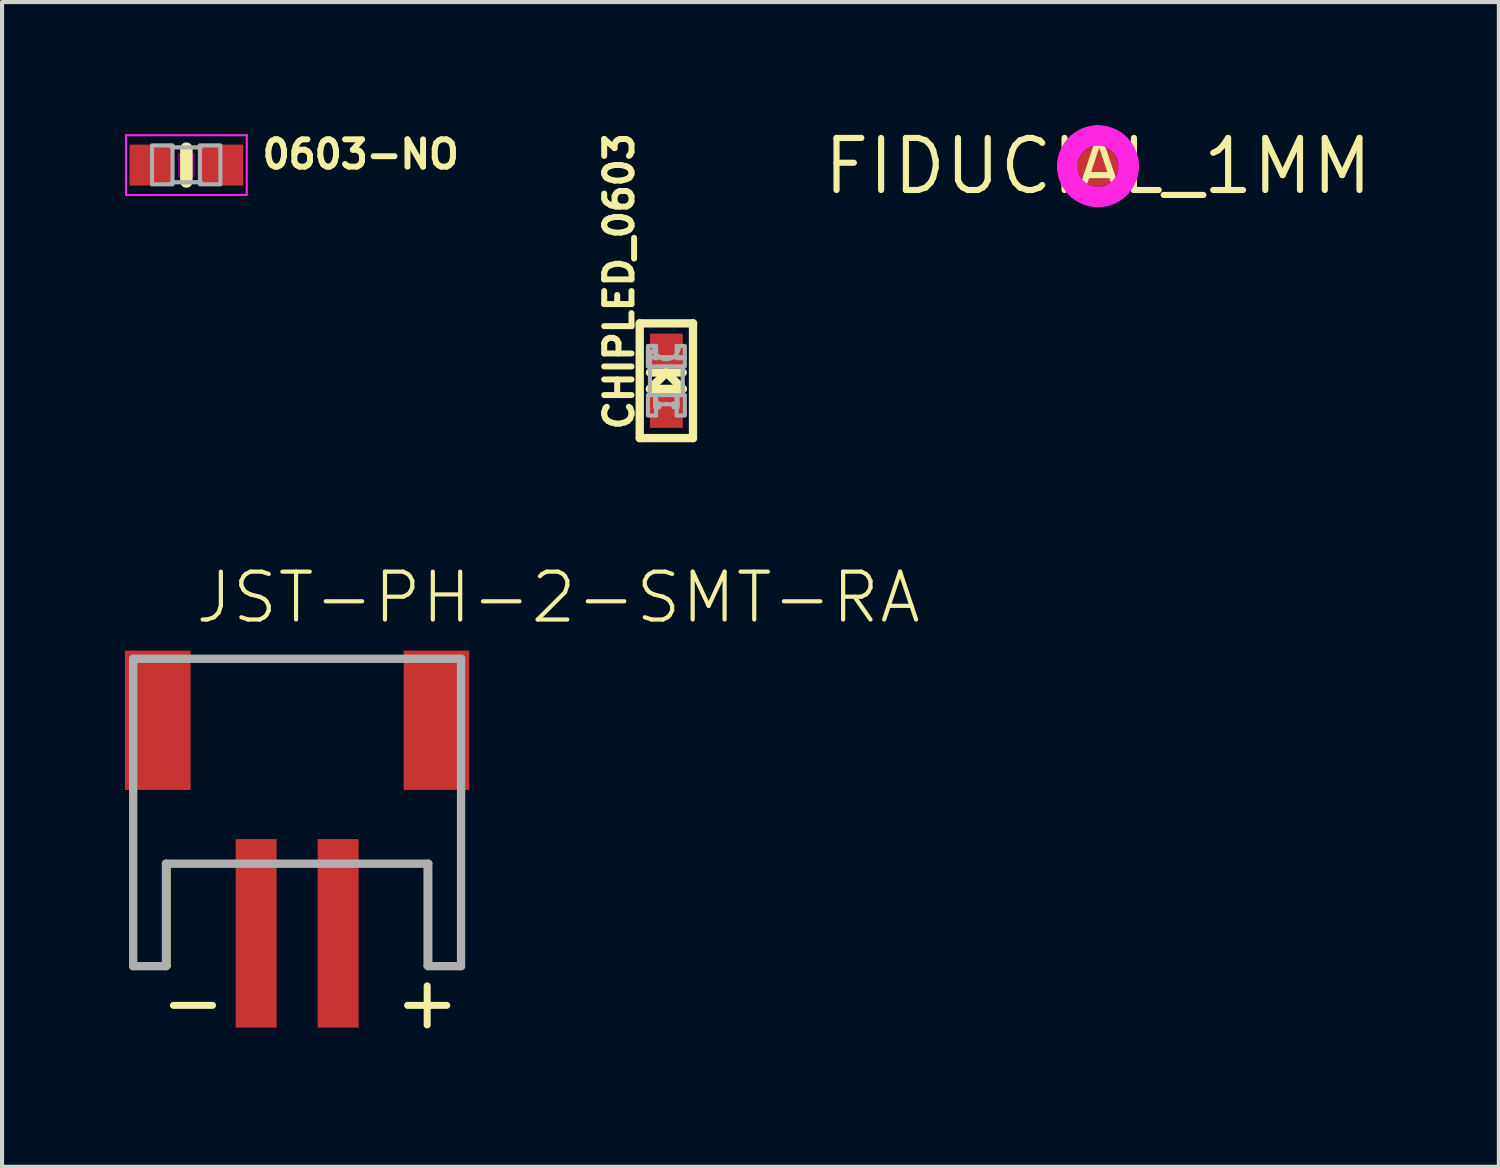
<source format=kicad_pcb>
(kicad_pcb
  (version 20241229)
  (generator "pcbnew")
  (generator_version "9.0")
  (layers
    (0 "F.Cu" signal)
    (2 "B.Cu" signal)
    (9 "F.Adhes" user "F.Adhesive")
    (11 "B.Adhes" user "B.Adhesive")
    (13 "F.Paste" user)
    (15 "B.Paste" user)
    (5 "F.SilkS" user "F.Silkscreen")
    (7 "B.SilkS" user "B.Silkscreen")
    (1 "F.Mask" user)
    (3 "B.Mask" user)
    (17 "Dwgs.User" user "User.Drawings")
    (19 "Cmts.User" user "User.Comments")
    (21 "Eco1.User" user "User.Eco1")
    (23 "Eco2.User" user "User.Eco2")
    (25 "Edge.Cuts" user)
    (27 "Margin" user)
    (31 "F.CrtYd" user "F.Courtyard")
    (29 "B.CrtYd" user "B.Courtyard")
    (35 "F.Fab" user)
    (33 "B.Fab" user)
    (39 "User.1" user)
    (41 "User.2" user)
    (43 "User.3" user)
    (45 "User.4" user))
  (footprint "FIDUCIAL_1MM"
    (layer "F.Cu")
    (at 23.742 1.006)
    (property "Reference" "FIDUCIAL_1MM" (at 0 0 0) (layer "F.SilkS") (effects (font (size 1.27 1.27) (thickness 0.15))))
    (fp_arc (start -0.75 0) (mid -0.53033 -0.53033) (end 0 -0.75) (stroke (width 0.5) (type solid)) (layer "F.Mask"))
    (fp_arc (start 0 -0.75) (mid 0.53033 -0.53033) (end 0.75 0) (stroke (width 0.5) (type solid)) (layer "F.Mask"))
    (fp_arc (start 0 0.75) (mid -0.53033 0.53033) (end -0.75 0) (stroke (width 0.5) (type solid)) (layer "F.Mask"))
    (fp_arc (start 0.75 0) (mid 0.53033 0.53033) (end 0 0.75) (stroke (width 0.5) (type solid)) (layer "F.Mask"))
    (fp_arc (start -0.75 0) (mid -0.53033 -0.53033) (end 0 -0.75) (stroke (width 0.5) (type solid)) (layer "F.CrtYd"))
    (fp_arc (start 0 -0.75) (mid 0.53033 -0.53033) (end 0.75 0) (stroke (width 0.5) (type solid)) (layer "F.CrtYd"))
    (fp_arc (start 0 0.75) (mid -0.53033 0.53033) (end -0.75 0) (stroke (width 0.5) (type solid)) (layer "F.CrtYd"))
    (fp_arc (start 0.75 0) (mid 0.53033 0.53033) (end 0 0.75) (stroke (width 0.5) (type solid)) (layer "F.CrtYd"))
    (pad "1" smd roundrect (at 0 0) (size 1 1) (layers "F.Cu" "F.Mask") (roundrect_rratio 0.5)))
  (footprint "CHIPLED_0603"
    (layer "F.Cu")
    (at 13.21 6.24)
    (property "Reference" "CHIPLED_0603" (at -0.762 1.27 90) (layer "F.SilkS") (effects (font (size 0.666 0.666) (thickness 0.146)) (justify left bottom)))
    (fp_line (start -0.65 -1.4) (end 0.65 -1.4) (stroke (width 0.203) (type solid)) (layer "F.SilkS"))
    (fp_line (start -0.65 1.4) (end -0.65 -1.4) (stroke (width 0.203) (type solid)) (layer "F.SilkS"))
    (fp_line (start -0.65 1.4) (end 0.65 1.4) (stroke (width 0.203) (type solid)) (layer "F.SilkS"))
    (fp_line (start -0.4 -0.2) (end 0 -0.2) (stroke (width 0.203) (type solid)) (layer "F.SilkS"))
    (fp_line (start -0.4 0.2) (end 0.4 0.2) (stroke (width 0.203) (type solid)) (layer "F.SilkS"))
    (fp_line (start 0 -0.2) (end -0.4 0.2) (stroke (width 0.203) (type solid)) (layer "F.SilkS"))
    (fp_line (start 0 -0.2) (end 0.4 -0.2) (stroke (width 0.203) (type solid)) (layer "F.SilkS"))
    (fp_line (start 0.4 0.2) (end 0 -0.2) (stroke (width 0.203) (type solid)) (layer "F.SilkS"))
    (fp_line (start 0.65 -1.4) (end 0.65 1.4) (stroke (width 0.203) (type solid)) (layer "F.SilkS"))
    (fp_line (start -0.4 -0.375) (end -0.4 0.35) (stroke (width 0.102) (type solid)) (layer "F.Fab"))
    (fp_line (start 0.4 -0.35) (end 0.4 0.35) (stroke (width 0.102) (type solid)) (layer "F.Fab"))
    (fp_arc (start -0.275 0.825) (mid 0 0.55) (end 0.275 0.825) (stroke (width 0.0508) (type solid)) (layer "F.Fab"))
    (fp_arc (start 0.3 -0.799998) (mid -0.000001 -0.524966) (end -0.3 -0.8) (stroke (width 0.1016) (type solid)) (layer "F.Fab"))
    (fp_circle (center -0.35 -0.625) (end -0.275 -0.625) (stroke (width 0.051) (type solid)) (fill no) (layer "F.Fab"))
    (fp_poly (pts (xy -0.45 -0.7) (xy -0.25 -0.7) (xy -0.25 -0.85) (xy -0.45 -0.85)) (stroke (width 0.1) (type solid)) (fill no) (layer "F.Fab"))
    (fp_poly (pts (xy -0.45 -0.35) (xy -0.4 -0.35) (xy -0.4 -0.725) (xy -0.45 -0.725)) (stroke (width 0.1) (type solid)) (fill no) (layer "F.Fab"))
    (fp_poly (pts (xy -0.45 -0.35) (xy 0.45 -0.35) (xy 0.45 -0.575) (xy -0.45 -0.575)) (stroke (width 0.1) (type solid)) (fill no) (layer "F.Fab"))
    (fp_poly (pts (xy -0.45 0.85) (xy -0.25 0.85) (xy -0.25 0.35) (xy -0.45 0.35)) (stroke (width 0.1) (type solid)) (fill no) (layer "F.Fab"))
    (fp_poly (pts (xy -0.275 -0.55) (xy -0.225 -0.55) (xy -0.225 -0.6) (xy -0.275 -0.6)) (stroke (width 0.1) (type solid)) (fill no) (layer "F.Fab"))
    (fp_poly (pts (xy -0.275 0.575) (xy 0.275 0.575) (xy 0.275 0.35) (xy -0.275 0.35)) (stroke (width 0.1) (type solid)) (fill no) (layer "F.Fab"))
    (fp_poly (pts (xy -0.275 0.65) (xy -0.175 0.65) (xy -0.175 0.55) (xy -0.275 0.55)) (stroke (width 0.1) (type solid)) (fill no) (layer "F.Fab"))
    (fp_poly (pts (xy 0.175 0.65) (xy 0.275 0.65) (xy 0.275 0.55) (xy 0.175 0.55)) (stroke (width 0.1) (type solid)) (fill no) (layer "F.Fab"))
    (fp_poly (pts (xy 0.25 -0.55) (xy 0.45 -0.55) (xy 0.45 -0.85) (xy 0.25 -0.85)) (stroke (width 0.1) (type solid)) (fill no) (layer "F.Fab"))
    (fp_poly (pts (xy 0.25 0.85) (xy 0.45 0.85) (xy 0.45 0.35) (xy 0.25 0.35)) (stroke (width 0.1) (type solid)) (fill no) (layer "F.Fab"))
    (pad "A" smd rect (at 0 0.75) (size 0.8 0.8) (layers "F.Cu" "F.Mask" "F.Paste"))
    (pad "C" smd rect (at 0 -0.75) (size 0.8 0.8) (layers "F.Cu" "F.Mask" "F.Paste")))
  (footprint "JST-PH-2-SMT-RA"
    (layer "F.Cu")
    (at 4.2 16.025)
    (property "Reference" "JST-PH-2-SMT-RA" (at -2.54 -3.81 0) (layer "F.SilkS") (effects (font (size 1.168 1.168) (thickness 0.102)) (justify left bottom)))
    (fp_line (start -4 4.5) (end -4 0.5) (stroke (width 0.127) (type solid)) (layer "F.SilkS"))
    (fp_line (start -3.15 2) (end -3.15 4.5) (stroke (width 0.127) (type solid)) (layer "F.SilkS"))
    (fp_line (start -3.15 4.5) (end -4 4.5) (stroke (width 0.127) (type solid)) (layer "F.SilkS"))
    (fp_line (start -2.25 -3) (end 2.25 -3) (stroke (width 0.127) (type solid)) (layer "F.SilkS"))
    (fp_line (start -1.75 2) (end -3.15 2) (stroke (width 0.127) (type solid)) (layer "F.SilkS"))
    (fp_line (start 3.15 2) (end 1.75 2) (stroke (width 0.127) (type solid)) (layer "F.SilkS"))
    (fp_line (start 3.15 4.5) (end 3.15 2) (stroke (width 0.127) (type solid)) (layer "F.SilkS"))
    (fp_line (start 4 0.5) (end 4 4.5) (stroke (width 0.127) (type solid)) (layer "F.SilkS"))
    (fp_line (start 4 4.5) (end 3.15 4.5) (stroke (width 0.127) (type solid)) (layer "F.SilkS"))
    (fp_line (start -4 -3) (end 4 -3) (stroke (width 0.203) (type solid)) (layer "F.Fab"))
    (fp_line (start -4 4.5) (end -4 -3) (stroke (width 0.203) (type solid)) (layer "F.Fab"))
    (fp_line (start -3.2 2) (end -3.2 4.5) (stroke (width 0.203) (type solid)) (layer "F.Fab"))
    (fp_line (start -3.2 4.5) (end -4 4.5) (stroke (width 0.203) (type solid)) (layer "F.Fab"))
    (fp_line (start 3.2 2) (end -3.2 2) (stroke (width 0.203) (type solid)) (layer "F.Fab"))
    (fp_line (start 3.2 4.5) (end 3.2 2) (stroke (width 0.203) (type solid)) (layer "F.Fab"))
    (fp_line (start 4 -3) (end 4 4.5) (stroke (width 0.203) (type solid)) (layer "F.Fab"))
    (fp_line (start 4 4.5) (end 3.2 4.5) (stroke (width 0.203) (type solid)) (layer "F.Fab"))
    (fp_text user "+" (at 2.286 6.096 0) (layer "F.SilkS") (effects (font (size 1.252 1.252) (thickness 0.171)) (justify left bottom)))
    (fp_text user "-" (at -3.429 6.096 0) (layer "F.SilkS") (effects (font (size 1.252 1.252) (thickness 0.171)) (justify left bottom)))
    (pad "1" smd rect (at 1 3.7) (size 1 4.6) (layers "F.Cu" "F.Mask" "F.Paste"))
    (pad "2" smd rect (at -1 3.7) (size 1 4.6) (layers "F.Cu" "F.Mask" "F.Paste"))
    (pad "NC1" smd rect (at -3.4 -1.5 90) (size 3.4 1.6) (layers "F.Cu" "F.Mask" "F.Paste"))
    (pad "NC2" smd rect (at 3.4 -1.5 90) (size 3.4 1.6) (layers "F.Cu" "F.Mask" "F.Paste")))
  (footprint "0603-NO"
    (layer "F.Cu")
    (at 1.498 0.978)
    (property "Reference" "0603-NO" (at 1.778 0.127 0) (layer "F.SilkS") (effects (font (size 0.666 0.666) (thickness 0.146)) (justify left bottom)))
    (fp_line (start 0 -0.4) (end 0 0.4) (stroke (width 0.305) (type solid)) (layer "F.SilkS"))
    (fp_poly (pts (xy -0.2 0.3) (xy 0.2 0.3) (xy 0.2 -0.3) (xy -0.2 -0.3)) (stroke (width 0) (type solid)) (fill yes) (layer "F.Adhes"))
    (fp_line (start -1.473 -0.729) (end 1.473 -0.729) (stroke (width 0.051) (type solid)) (layer "F.CrtYd"))
    (fp_line (start -1.473 0.729) (end -1.473 -0.729) (stroke (width 0.051) (type solid)) (layer "F.CrtYd"))
    (fp_line (start 1.473 -0.729) (end 1.473 0.729) (stroke (width 0.051) (type solid)) (layer "F.CrtYd"))
    (fp_line (start 1.473 0.729) (end -1.473 0.729) (stroke (width 0.051) (type solid)) (layer "F.CrtYd"))
    (fp_line (start -0.356 -0.432) (end 0.356 -0.432) (stroke (width 0.102) (type solid)) (layer "F.Fab"))
    (fp_line (start -0.356 0.419) (end 0.356 0.419) (stroke (width 0.102) (type solid)) (layer "F.Fab"))
    (fp_poly (pts (xy -0.838 0.47) (xy -0.338 0.47) (xy -0.338 -0.48) (xy -0.838 -0.48)) (stroke (width 0.1) (type solid)) (fill no) (layer "F.Fab"))
    (fp_poly (pts (xy 0.33 0.47) (xy 0.83 0.47) (xy 0.83 -0.48) (xy 0.33 -0.48)) (stroke (width 0.1) (type solid)) (fill no) (layer "F.Fab"))
    (pad "1" smd rect (at -0.85 0) (size 1.075 1) (layers "F.Cu" "F.Mask" "F.Paste"))
    (pad "2" smd rect (at 0.85 0) (size 1.075 1) (layers "F.Cu" "F.Mask" "F.Paste")))
  (gr_rect
    (start -3 -3)
    (end 33.523 25.421)
    (stroke (width 0.1) (type default))
    (fill no)
    (layer "Edge.Cuts")))
</source>
